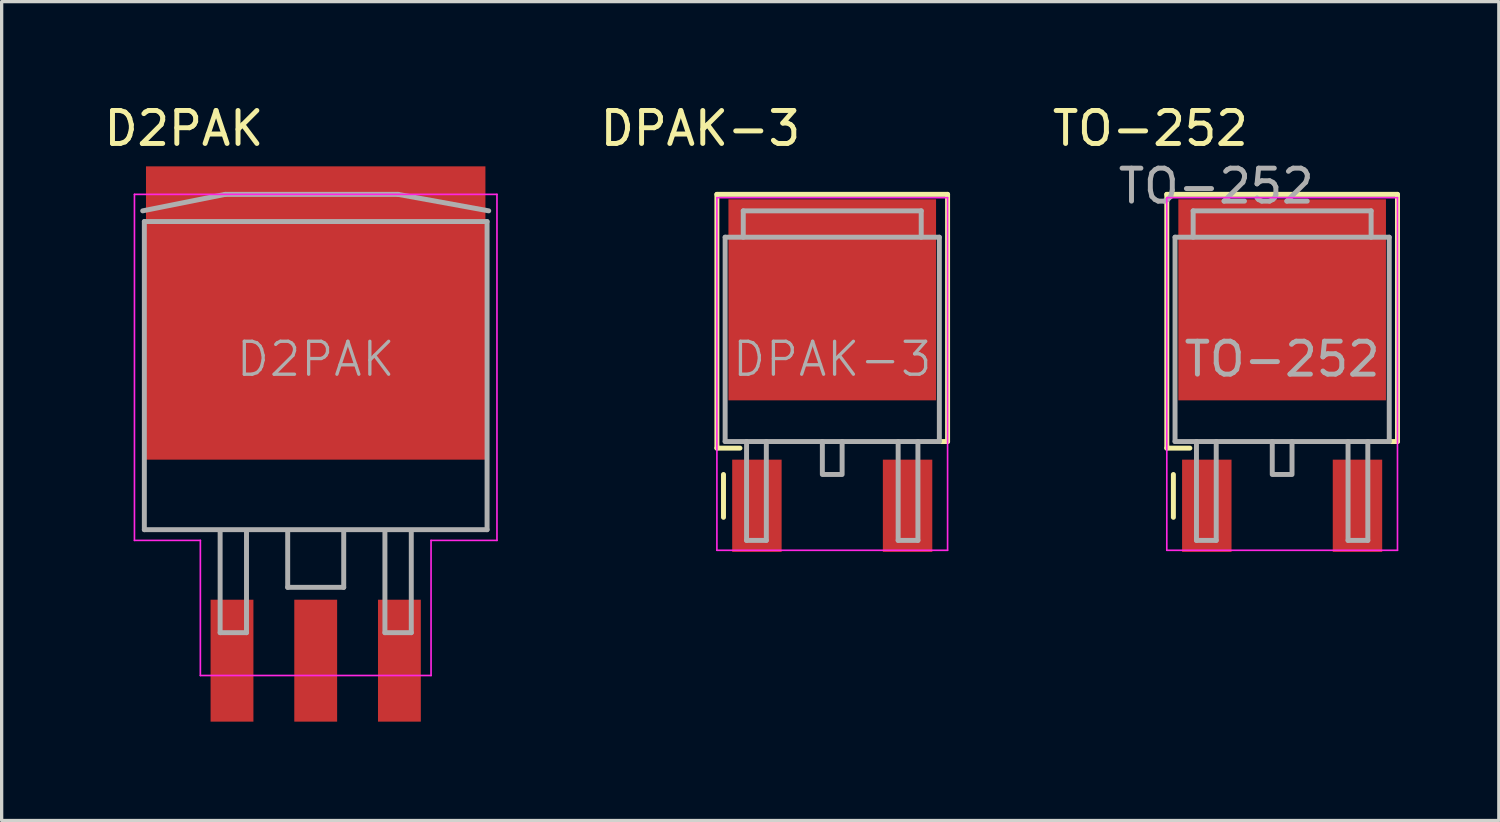
<source format=kicad_pcb>
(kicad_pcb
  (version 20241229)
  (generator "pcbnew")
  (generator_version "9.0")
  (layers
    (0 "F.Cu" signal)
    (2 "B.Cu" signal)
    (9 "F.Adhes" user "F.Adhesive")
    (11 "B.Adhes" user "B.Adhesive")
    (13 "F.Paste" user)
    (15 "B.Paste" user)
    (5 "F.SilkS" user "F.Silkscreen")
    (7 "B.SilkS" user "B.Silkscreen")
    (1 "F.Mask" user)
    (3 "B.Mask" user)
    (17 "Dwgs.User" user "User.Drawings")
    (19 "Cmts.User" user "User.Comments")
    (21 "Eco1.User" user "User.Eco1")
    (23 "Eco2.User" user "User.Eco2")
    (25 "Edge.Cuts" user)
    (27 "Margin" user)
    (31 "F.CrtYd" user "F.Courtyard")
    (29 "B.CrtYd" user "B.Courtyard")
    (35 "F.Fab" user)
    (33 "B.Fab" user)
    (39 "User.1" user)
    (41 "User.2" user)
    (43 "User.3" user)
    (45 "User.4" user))
  (footprint "D2PAK"
    (layer "F.Cu")
    (at 6.53 8.348)
    (property "Reference" "D2PAK" (at -4 -7.5 180) (layer "F.SilkS") (effects (font (size 1 1) (thickness 0.15))))
    (attr smd)
    (fp_line (start -5.5 -5.5) (end -5.5 5) (stroke (width 0.05) (type solid)) (layer "F.CrtYd"))
    (fp_line (start -5.5 -5.5) (end 5.5 -5.5) (stroke (width 0.05) (type solid)) (layer "F.CrtYd"))
    (fp_line (start -3.5 5) (end -5.5 5) (stroke (width 0.05) (type solid)) (layer "F.CrtYd"))
    (fp_line (start -3.5 9.1) (end -3.5 5) (stroke (width 0.05) (type solid)) (layer "F.CrtYd"))
    (fp_line (start -3.5 9.1) (end 3.5 9.1) (stroke (width 0.05) (type solid)) (layer "F.CrtYd"))
    (fp_line (start 3.5 5) (end 5.5 5) (stroke (width 0.05) (type solid)) (layer "F.CrtYd"))
    (fp_line (start 3.5 9.1) (end 3.5 5) (stroke (width 0.05) (type solid)) (layer "F.CrtYd"))
    (fp_line (start 5.5 -5.5) (end 5.5 5) (stroke (width 0.05) (type solid)) (layer "F.CrtYd"))
    (fp_line (start -5.2 -4.675) (end -5.2 4.675) (stroke (width 0.15) (type solid)) (layer "F.Fab"))
    (fp_line (start -5.2 4.675) (end 5.2 4.675) (stroke (width 0.15) (type solid)) (layer "F.Fab"))
    (fp_line (start -2.9 7.8) (end -2.9 4.7) (stroke (width 0.15) (type solid)) (layer "F.Fab"))
    (fp_line (start -2.9 7.8) (end -2.1 7.8) (stroke (width 0.15) (type solid)) (layer "F.Fab"))
    (fp_line (start -2.75 -5.5) (end -5.25 -5) (stroke (width 0.15) (type solid)) (layer "F.Fab"))
    (fp_line (start -2.75 -5.5) (end 2.5 -5.5) (stroke (width 0.15) (type solid)) (layer "F.Fab"))
    (fp_line (start -2.1 7.8) (end -2.1 4.7) (stroke (width 0.15) (type solid)) (layer "F.Fab"))
    (fp_line (start -0.85 4.75) (end -0.85 6.425) (stroke (width 0.15) (type solid)) (layer "F.Fab"))
    (fp_line (start -0.85 6.425) (end 0.85 6.425) (stroke (width 0.15) (type solid)) (layer "F.Fab"))
    (fp_line (start 0.85 6.425) (end 0.85 4.7) (stroke (width 0.15) (type solid)) (layer "F.Fab"))
    (fp_line (start 2.1 7.8) (end 2.1 4.7) (stroke (width 0.15) (type solid)) (layer "F.Fab"))
    (fp_line (start 2.1 7.8) (end 2.9 7.8) (stroke (width 0.15) (type solid)) (layer "F.Fab"))
    (fp_line (start 2.5 -5.5) (end 5.25 -5) (stroke (width 0.15) (type solid)) (layer "F.Fab"))
    (fp_line (start 2.9 4.7) (end 2.9 7.8) (stroke (width 0.15) (type solid)) (layer "F.Fab"))
    (fp_line (start 5.2 -4.675) (end -5.2 -4.675) (stroke (width 0.15) (type solid)) (layer "F.Fab"))
    (fp_line (start 5.2 4.675) (end 5.2 -4.675) (stroke (width 0.15) (type solid)) (layer "F.Fab"))
    (fp_text user "${REFERENCE}" (at 0 -0.5 0) (layer "F.Fab") (effects (font (size 1 1) (thickness 0.1))))
    (pad "1" smd rect (at -2.54 8.65) (size 1.3 3.7) (layers "F.Cu" "F.Mask" "F.Paste"))
    (pad "2" smd rect (at 0 8.65) (size 1.3 3.7) (layers "F.Cu" "F.Mask" "F.Paste"))
    (pad "3" smd rect (at 2.54 8.65) (size 1.3 3.7) (layers "F.Cu" "F.Mask" "F.Paste"))
    (pad "4" smd rect (at 0 -1.9) (size 10.3 8.9) (layers "F.Cu" "F.Mask" "F.Paste")))
  (footprint "TO-252"
    (layer "F.Cu")
    (at 35.856 8.348)
    (property "Reference" "TO-252" (at -4 -7.5 180) (layer "F.SilkS") (effects (font (size 1 1) (thickness 0.15))))
    (property "Value" "TO-252" (at 0 1.25 0) (layer "F.SilkS") (hide yes) (effects (font (size 1 1) (thickness 0.15))))
    (attr smd)
    (fp_line (start -3.5 -5.5) (end -3.5 2.2) (stroke (width 0.15) (type solid)) (layer "F.SilkS"))
    (fp_line (start -3.5 -5.5) (end 3.5 -5.5) (stroke (width 0.15) (type solid)) (layer "F.SilkS"))
    (fp_line (start -3.5 2.2) (end -2.8 2.2) (stroke (width 0.15) (type solid)) (layer "F.SilkS"))
    (fp_line (start -3.3 3) (end -3.3 4.3) (stroke (width 0.15) (type solid)) (layer "F.SilkS"))
    (fp_line (start 3.5 -5.5) (end 3.5 2) (stroke (width 0.15) (type solid)) (layer "F.SilkS"))
    (fp_line (start 3.5 2) (end 3.25 2) (stroke (width 0.15) (type solid)) (layer "F.SilkS"))
    (fp_line (start -3.5 -5.4) (end -3.5 5.3) (stroke (width 0.05) (type solid)) (layer "F.CrtYd"))
    (fp_line (start -3.5 -5.4) (end 3.5 -5.4) (stroke (width 0.05) (type solid)) (layer "F.CrtYd"))
    (fp_line (start -3.5 5.3) (end 3.5 5.3) (stroke (width 0.05) (type solid)) (layer "F.CrtYd"))
    (fp_line (start 3.5 -5.4) (end 3.5 5.3) (stroke (width 0.05) (type solid)) (layer "F.CrtYd"))
    (fp_line (start -3.25 -4.2) (end -3.25 2) (stroke (width 0.15) (type solid)) (layer "F.Fab"))
    (fp_line (start -3.25 2) (end 3.25 2) (stroke (width 0.15) (type solid)) (layer "F.Fab"))
    (fp_line (start -2.7 -5) (end -2.7 -4.2) (stroke (width 0.15) (type solid)) (layer "F.Fab"))
    (fp_line (start -2.7 -5) (end 2.7 -5) (stroke (width 0.15) (type solid)) (layer "F.Fab"))
    (fp_line (start -2.6 2) (end -2.6 5) (stroke (width 0.15) (type solid)) (layer "F.Fab"))
    (fp_line (start -2.6 5) (end -2 5) (stroke (width 0.15) (type solid)) (layer "F.Fab"))
    (fp_line (start -2 2) (end -2 5) (stroke (width 0.15) (type solid)) (layer "F.Fab"))
    (fp_line (start -0.3 2) (end -0.3 3) (stroke (width 0.15) (type solid)) (layer "F.Fab"))
    (fp_line (start -0.25 3) (end 0.25 3) (stroke (width 0.15) (type solid)) (layer "F.Fab"))
    (fp_line (start 0.3 3) (end 0.3 2) (stroke (width 0.15) (type solid)) (layer "F.Fab"))
    (fp_line (start 2 2) (end 2 5) (stroke (width 0.15) (type solid)) (layer "F.Fab"))
    (fp_line (start 2 5) (end 2.6 5) (stroke (width 0.15) (type solid)) (layer "F.Fab"))
    (fp_line (start 2.6 5) (end 2.6 2) (stroke (width 0.15) (type solid)) (layer "F.Fab"))
    (fp_line (start 2.7 -5) (end 2.7 -4.2) (stroke (width 0.15) (type solid)) (layer "F.Fab"))
    (fp_line (start 3.25 -4.2) (end -3.25 -4.2) (stroke (width 0.15) (type solid)) (layer "F.Fab"))
    (fp_line (start 3.25 2) (end 3.25 -4.2) (stroke (width 0.15) (type solid)) (layer "F.Fab"))
    (fp_text user "${VALUE}" (at -2 -5.75 0) (unlocked yes) (layer "F.Fab") (effects (font (size 1 1) (thickness 0.15))))
    (fp_text user "${REFERENCE}" (at 0 -0.5 0) (layer "F.Fab") (effects (font (size 1 1) (thickness 0.15))))
    (pad "1" smd rect (at -2.286 3.95) (size 1.5 2.8) (layers "F.Cu" "F.Mask" "F.Paste"))
    (pad "2" smd rect (at 0 -2.3) (size 6.3 6.1) (layers "F.Cu" "F.Mask" "F.Paste"))
    (pad "3" smd rect (at 2.286 3.95) (size 1.5 2.8) (layers "F.Cu" "F.Mask" "F.Paste")))
  (footprint "DPAK-3"
    (layer "F.Cu")
    (at 22.204 8.348)
    (property "Reference" "DPAK-3" (at -4 -7.5 180) (layer "F.SilkS") (effects (font (size 1 1) (thickness 0.15))))
    (attr smd)
    (fp_line (start -3.5 -5.5) (end -3.5 2.2) (stroke (width 0.15) (type solid)) (layer "F.SilkS"))
    (fp_line (start -3.5 -5.5) (end 3.5 -5.5) (stroke (width 0.15) (type solid)) (layer "F.SilkS"))
    (fp_line (start -3.5 2.2) (end -2.8 2.2) (stroke (width 0.15) (type solid)) (layer "F.SilkS"))
    (fp_line (start -3.3 3) (end -3.3 4.3) (stroke (width 0.15) (type solid)) (layer "F.SilkS"))
    (fp_line (start 3.5 -5.5) (end 3.5 2) (stroke (width 0.15) (type solid)) (layer "F.SilkS"))
    (fp_line (start 3.5 2) (end 3.25 2) (stroke (width 0.15) (type solid)) (layer "F.SilkS"))
    (fp_line (start -3.5 -5.4) (end -3.5 5.3) (stroke (width 0.05) (type solid)) (layer "F.CrtYd"))
    (fp_line (start -3.5 -5.4) (end 3.5 -5.4) (stroke (width 0.05) (type solid)) (layer "F.CrtYd"))
    (fp_line (start -3.5 5.3) (end 3.5 5.3) (stroke (width 0.05) (type solid)) (layer "F.CrtYd"))
    (fp_line (start 3.5 -5.4) (end 3.5 5.3) (stroke (width 0.05) (type solid)) (layer "F.CrtYd"))
    (fp_line (start -3.25 -4.2) (end -3.25 2) (stroke (width 0.15) (type solid)) (layer "F.Fab"))
    (fp_line (start -3.25 2) (end 3.25 2) (stroke (width 0.15) (type solid)) (layer "F.Fab"))
    (fp_line (start -2.7 -5) (end -2.7 -4.2) (stroke (width 0.15) (type solid)) (layer "F.Fab"))
    (fp_line (start -2.7 -5) (end 2.7 -5) (stroke (width 0.15) (type solid)) (layer "F.Fab"))
    (fp_line (start -2.6 2) (end -2.6 5) (stroke (width 0.15) (type solid)) (layer "F.Fab"))
    (fp_line (start -2.6 5) (end -2 5) (stroke (width 0.15) (type solid)) (layer "F.Fab"))
    (fp_line (start -2 2) (end -2 5) (stroke (width 0.15) (type solid)) (layer "F.Fab"))
    (fp_line (start -0.3 2) (end -0.3 3) (stroke (width 0.15) (type solid)) (layer "F.Fab"))
    (fp_line (start -0.25 3) (end 0.25 3) (stroke (width 0.15) (type solid)) (layer "F.Fab"))
    (fp_line (start 0.3 3) (end 0.3 2) (stroke (width 0.15) (type solid)) (layer "F.Fab"))
    (fp_line (start 2 2) (end 2 5) (stroke (width 0.15) (type solid)) (layer "F.Fab"))
    (fp_line (start 2 5) (end 2.6 5) (stroke (width 0.15) (type solid)) (layer "F.Fab"))
    (fp_line (start 2.6 5) (end 2.6 2) (stroke (width 0.15) (type solid)) (layer "F.Fab"))
    (fp_line (start 2.7 -5) (end 2.7 -4.2) (stroke (width 0.15) (type solid)) (layer "F.Fab"))
    (fp_line (start 3.25 -4.2) (end -3.25 -4.2) (stroke (width 0.15) (type solid)) (layer "F.Fab"))
    (fp_line (start 3.25 2) (end 3.25 -4.2) (stroke (width 0.15) (type solid)) (layer "F.Fab"))
    (fp_text user "${REFERENCE}" (at 0 -0.5 0) (layer "F.Fab") (effects (font (size 1 1) (thickness 0.1))))
    (pad "1" smd rect (at -2.286 3.95) (size 1.5 2.8) (layers "F.Cu" "F.Mask" "F.Paste"))
    (pad "2" smd rect (at 0 -2.3) (size 6.3 6.1) (layers "F.Cu" "F.Mask" "F.Paste"))
    (pad "3" smd rect (at 2.286 3.95) (size 1.5 2.8) (layers "F.Cu" "F.Mask" "F.Paste")))
  (gr_rect
    (start -3 -3)
    (end 42.431 21.848)
    (stroke (width 0.1) (type default))
    (fill no)
    (layer "Edge.Cuts")))
</source>
